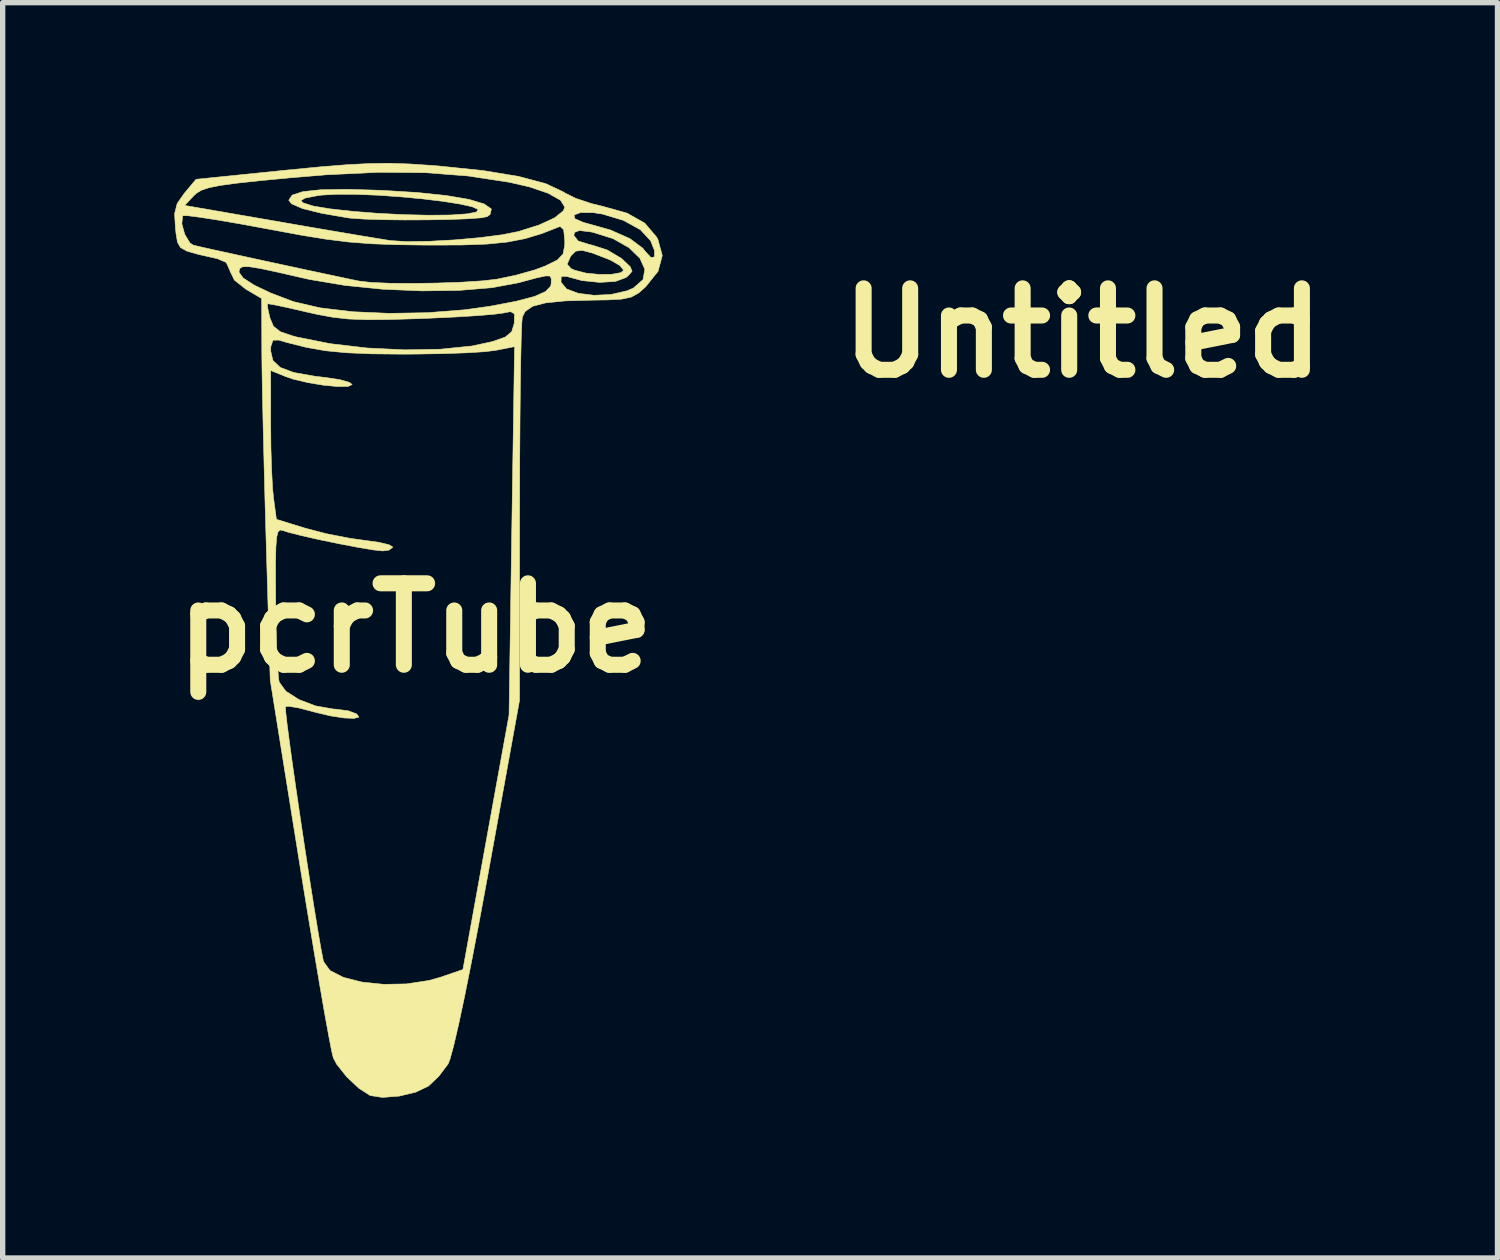
<source format=kicad_pcb>
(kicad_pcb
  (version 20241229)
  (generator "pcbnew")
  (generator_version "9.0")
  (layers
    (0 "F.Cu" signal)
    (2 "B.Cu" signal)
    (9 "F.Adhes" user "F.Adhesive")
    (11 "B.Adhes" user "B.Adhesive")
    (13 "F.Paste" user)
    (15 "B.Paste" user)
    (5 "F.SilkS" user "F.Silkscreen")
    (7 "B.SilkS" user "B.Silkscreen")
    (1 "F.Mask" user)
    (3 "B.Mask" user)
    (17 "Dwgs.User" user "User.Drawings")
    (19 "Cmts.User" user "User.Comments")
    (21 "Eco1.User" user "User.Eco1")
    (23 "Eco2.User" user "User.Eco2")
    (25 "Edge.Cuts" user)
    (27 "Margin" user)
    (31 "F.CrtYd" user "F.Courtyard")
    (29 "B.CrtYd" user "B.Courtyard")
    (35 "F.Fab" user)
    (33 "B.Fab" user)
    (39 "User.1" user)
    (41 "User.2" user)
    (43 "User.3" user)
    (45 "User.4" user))
  (footprint "Untitled"
    (layer "F.Cu")
    (at 17.21 3.18)
    (property "Reference" "Untitled" (at 0 0 0) (layer "F.SilkS") (effects (font (size 1.524 1.524) (thickness 0.3))))
    (attr through_hole)
    (fp_poly (pts (xy 0.198 -3.169) (xy 0.372 -3.155) (xy 0.502 -3.137) (xy 0.729 -3.092) (xy 0.949 -3.032) (xy 1.164 -2.956) (xy 1.371 -2.866) (xy 1.57 -2.762) (xy 1.761 -2.644) (xy 1.944 -2.513) (xy 2.116 -2.369) (xy 2.278 -2.213) (xy 2.429 -2.046) (xy 2.569 -1.868) (xy 2.696 -1.68) (xy 2.81 -1.481) (xy 2.911 -1.273) (xy 2.925 -1.24) (xy 3.007 -1.027) (xy 3.073 -0.809) (xy 3.122 -0.586) (xy 3.155 -0.359) (xy 3.172 -0.127) (xy 3.175 0) (xy 3.166 0.234) (xy 3.142 0.464) (xy 3.101 0.689) (xy 3.044 0.91) (xy 2.972 1.125) (xy 2.884 1.335) (xy 2.781 1.537) (xy 2.663 1.733) (xy 2.53 1.921) (xy 2.382 2.1) (xy 2.221 2.27) (xy 2.05 2.426) (xy 1.869 2.569) (xy 1.68 2.697) (xy 1.483 2.81) (xy 1.278 2.909) (xy 1.065 2.993) (xy 0.846 3.062) (xy 0.62 3.115) (xy 0.388 3.153) (xy 0.262 3.166) (xy 0.206 3.17) (xy 0.137 3.172) (xy 0.059 3.174) (xy -0.023 3.174) (xy -0.104 3.172) (xy -0.182 3.17) (xy -0.251 3.167) (xy -0.305 3.162) (xy -0.535 3.131) (xy -0.761 3.084) (xy -0.98 3.021) (xy -1.193 2.944) (xy -1.399 2.852) (xy -1.597 2.746) (xy -1.787 2.627) (xy -1.967 2.495) (xy -2.138 2.35) (xy -2.298 2.193) (xy -2.448 2.025) (xy -2.586 1.845) (xy -2.711 1.655) (xy -2.824 1.455) (xy -2.923 1.245) (xy -2.925 1.24) (xy -3.007 1.027) (xy -3.073 0.809) (xy -3.122 0.586) (xy -3.155 0.359) (xy -3.172 0.127) (xy -3.175 0) (xy -3.167 -0.235) (xy -3.142 -0.464) (xy -3.102 -0.689) (xy -3.084 -0.758) (xy -2.28 -0.758) (xy -2.28 -0.704) (xy -2.278 -0.663) (xy -2.275 -0.628) (xy -2.27 -0.597) (xy -2.262 -0.563) (xy -2.258 -0.549) (xy -2.219 -0.432) (xy -2.166 -0.325) (xy -2.1 -0.227) (xy -2.022 -0.139) (xy -1.933 -0.063) (xy -1.835 0.001) (xy -1.728 0.051) (xy -1.613 0.086) (xy -1.559 0.098) (xy -1.444 0.109) (xy -1.33 0.105) (xy -1.217 0.086) (xy -1.107 0.052) (xy -1.003 0.005) (xy -0.906 -0.055) (xy -0.818 -0.128) (xy -0.741 -0.211) (xy -0.703 -0.262) (xy -0.68 -0.299) (xy -0.655 -0.344) (xy -0.63 -0.391) (xy -0.61 -0.435) (xy -0.595 -0.472) (xy -0.593 -0.478) (xy -0.564 -0.547) (xy -0.523 -0.611) (xy -0.473 -0.666) (xy -0.417 -0.71) (xy -0.357 -0.74) (xy -0.354 -0.742) (xy -0.338 -0.746) (xy -0.308 -0.754) (xy -0.265 -0.765) (xy -0.211 -0.778) (xy -0.148 -0.793) (xy -0.078 -0.809) (xy -0.002 -0.827) (xy 0.051 -0.839) (xy 0.141 -0.86) (xy 0.215 -0.877) (xy 0.277 -0.891) (xy 0.328 -0.901) (xy 0.368 -0.909) (xy 0.4 -0.915) (xy 0.425 -0.919) (xy 0.446 -0.92) (xy 0.463 -0.921) (xy 0.476 -0.92) (xy 0.541 -0.909) (xy 0.599 -0.883) (xy 0.652 -0.841) (xy 0.669 -0.823) (xy 0.71 -0.771) (xy 0.738 -0.723) (xy 0.753 -0.673) (xy 0.758 -0.619) (xy 0.758 -0.618) (xy 0.758 -0.555) (xy 0.653 -0.339) (xy 0.616 -0.263) (xy 0.585 -0.201) (xy 0.559 -0.151) (xy 0.537 -0.11) (xy 0.517 -0.076) (xy 0.498 -0.048) (xy 0.48 -0.024) (xy 0.46 -0.001) (xy 0.443 0.018) (xy 0.374 0.08) (xy 0.296 0.129) (xy 0.207 0.167) (xy 0.112 0.194) (xy -0.02 0.231) (xy -0.144 0.281) (xy -0.258 0.345) (xy -0.362 0.421) (xy -0.455 0.51) (xy -0.536 0.609) (xy -0.604 0.719) (xy -0.611 0.733) (xy -0.666 0.857) (xy -0.705 0.982) (xy -0.728 1.108) (xy -0.736 1.233) (xy -0.728 1.356) (xy -0.706 1.476) (xy -0.669 1.591) (xy -0.618 1.702) (xy -0.553 1.806) (xy -0.476 1.902) (xy -0.385 1.99) (xy -0.281 2.068) (xy -0.173 2.131) (xy -0.068 2.179) (xy 0.034 2.215) (xy 0.139 2.238) (xy 0.19 2.246) (xy 0.234 2.25) (xy 0.289 2.251) (xy 0.348 2.249) (xy 0.406 2.246) (xy 0.456 2.24) (xy 0.457 2.24) (xy 0.587 2.212) (xy 0.71 2.169) (xy 0.825 2.111) (xy 0.934 2.037) (xy 1.035 1.948) (xy 1.038 1.944) (xy 1.126 1.845) (xy 1.199 1.738) (xy 1.258 1.625) (xy 1.301 1.508) (xy 1.33 1.386) (xy 1.343 1.263) (xy 1.342 1.138) (xy 1.324 1.014) (xy 1.292 0.891) (xy 1.244 0.771) (xy 1.18 0.655) (xy 1.157 0.621) (xy 1.096 0.52) (xy 1.051 0.419) (xy 1.023 0.318) (xy 1.011 0.216) (xy 1.015 0.111) (xy 1.016 0.105) (xy 1.021 0.076) (xy 1.029 0.035) (xy 1.041 -0.016) (xy 1.055 -0.073) (xy 1.071 -0.134) (xy 1.087 -0.195) (xy 1.104 -0.256) (xy 1.12 -0.312) (xy 1.135 -0.36) (xy 1.147 -0.399) (xy 1.157 -0.425) (xy 1.159 -0.431) (xy 1.186 -0.47) (xy 1.22 -0.501) (xy 1.266 -0.525) (xy 1.325 -0.543) (xy 1.339 -0.546) (xy 1.373 -0.556) (xy 1.416 -0.571) (xy 1.461 -0.59) (xy 1.49 -0.603) (xy 1.53 -0.623) (xy 1.562 -0.641) (xy 1.59 -0.662) (xy 1.619 -0.687) (xy 1.654 -0.721) (xy 1.656 -0.723) (xy 1.692 -0.76) (xy 1.718 -0.791) (xy 1.739 -0.82) (xy 1.758 -0.853) (xy 1.772 -0.881) (xy 1.802 -0.947) (xy 1.823 -1.007) (xy 1.836 -1.066) (xy 1.843 -1.133) (xy 1.843 -1.135) (xy 1.842 -1.219) (xy 1.828 -1.307) (xy 1.804 -1.39) (xy 1.767 -1.466) (xy 1.716 -1.54) (xy 1.654 -1.609) (xy 1.583 -1.67) (xy 1.506 -1.722) (xy 1.432 -1.758) (xy 1.371 -1.78) (xy 1.317 -1.794) (xy 1.263 -1.801) (xy 1.201 -1.802) (xy 1.177 -1.801) (xy 1.083 -1.792) (xy 0.999 -1.772) (xy 0.922 -1.739) (xy 0.849 -1.693) (xy 0.776 -1.631) (xy 0.758 -1.613) (xy 0.718 -1.571) (xy 0.688 -1.535) (xy 0.663 -1.499) (xy 0.644 -1.465) (xy 0.605 -1.397) (xy 0.566 -1.344) (xy 0.522 -1.303) (xy 0.473 -1.271) (xy 0.429 -1.251) (xy 0.411 -1.247) (xy 0.379 -1.241) (xy 0.334 -1.235) (xy 0.279 -1.227) (xy 0.215 -1.219) (xy 0.145 -1.211) (xy 0.071 -1.203) (xy -0.005 -1.195) (xy -0.081 -1.187) (xy -0.155 -1.18) (xy -0.224 -1.173) (xy -0.287 -1.168) (xy -0.341 -1.164) (xy -0.384 -1.161) (xy -0.415 -1.16) (xy -0.474 -1.163) (xy -0.526 -1.171) (xy -0.574 -1.186) (xy -0.62 -1.21) (xy -0.668 -1.244) (xy -0.72 -1.289) (xy -0.769 -1.337) (xy -0.839 -1.404) (xy -0.904 -1.459) (xy -0.967 -1.503) (xy -1.032 -1.54) (xy -1.102 -1.57) (xy -1.181 -1.596) (xy -1.183 -1.597) (xy -1.244 -1.611) (xy -1.316 -1.62) (xy -1.394 -1.625) (xy -1.47 -1.625) (xy -1.54 -1.619) (xy -1.576 -1.613) (xy -1.694 -1.581) (xy -1.805 -1.534) (xy -1.908 -1.471) (xy -2.002 -1.395) (xy -2.007 -1.391) (xy -2.091 -1.3) (xy -2.16 -1.201) (xy -2.215 -1.093) (xy -2.256 -0.975) (xy -2.258 -0.967) (xy -2.267 -0.931) (xy -2.273 -0.899) (xy -2.277 -0.866) (xy -2.279 -0.828) (xy -2.28 -0.779) (xy -2.28 -0.758) (xy -3.084 -0.758) (xy -3.045 -0.91) (xy -2.971 -1.125) (xy -2.925 -1.24) (xy -2.827 -1.45) (xy -2.714 -1.65) (xy -2.589 -1.84) (xy -2.452 -2.02) (xy -2.302 -2.188) (xy -2.142 -2.346) (xy -1.971 -2.491) (xy -1.79 -2.624) (xy -1.6 -2.744) (xy -1.402 -2.851) (xy -1.196 -2.943) (xy -0.983 -3.021) (xy -0.763 -3.084) (xy -0.538 -3.131) (xy -0.502 -3.137) (xy -0.336 -3.159) (xy -0.161 -3.171) (xy 0.019 -3.175) (xy 0.198 -3.169)) (stroke (width 0.01) (type solid)) (fill no) (layer "Eco2.User")))
  (footprint "pcrTube"
    (layer "F.Cu")
    (at 4.724 8.699)
    (property "Reference" "pcrTube" (at 0 0 0) (layer "F.SilkS") (effects (font (size 1.524 1.524) (thickness 0.3))))
    (attr through_hole)
    (fp_poly (pts (xy -0.642 -8.188) (xy 0.03 -8.147) (xy 0.581 -8.09) (xy 1.003 -8.018) (xy 1.285 -7.933) (xy 1.42 -7.839) (xy 1.397 -7.738) (xy 1.344 -7.696) (xy 1.226 -7.673) (xy 0.975 -7.655) (xy 0.63 -7.642) (xy 0.227 -7.635) (xy -0.196 -7.633) (xy -0.602 -7.638) (xy -0.954 -7.649) (xy -1.215 -7.667) (xy -1.27 -7.674) (xy -1.757 -7.758) (xy -2.111 -7.846) (xy -2.318 -7.935) (xy -2.365 -7.996) (xy -2.144 -7.996) (xy -2.104 -7.954) (xy -1.916 -7.894) (xy -1.597 -7.841) (xy -1.183 -7.795) (xy -0.714 -7.758) (xy -0.226 -7.733) (xy 0.243 -7.722) (xy 0.655 -7.726) (xy 0.972 -7.748) (xy 1.143 -7.783) (xy 1.174 -7.829) (xy 1.063 -7.88) (xy 0.835 -7.931) (xy 0.519 -7.981) (xy 0.14 -8.027) (xy -0.275 -8.066) (xy -0.699 -8.096) (xy -1.106 -8.112) (xy -1.468 -8.114) (xy -1.76 -8.098) (xy -1.829 -8.089) (xy -2.064 -8.043) (xy -2.144 -7.996) (xy -2.365 -7.996) (xy -2.371 -8.003) (xy -2.307 -8.098) (xy -2.109 -8.163) (xy -1.769 -8.199) (xy -1.279 -8.207) (xy -0.642 -8.188)) (stroke (width 0.01) (type solid)) (fill yes) (layer "F.SilkS"))
    (fp_poly (pts (xy -0.108 -8.681) (xy 0.312 -8.653) (xy 0.426 -8.644) (xy 1.262 -8.558) (xy 1.931 -8.448) (xy 2.434 -8.314) (xy 2.772 -8.156) (xy 2.794 -8.14) (xy 2.996 -8.039) (xy 3.288 -7.941) (xy 3.491 -7.892) (xy 3.959 -7.761) (xy 4.29 -7.574) (xy 4.51 -7.316) (xy 4.536 -7.269) (xy 4.618 -6.967) (xy 4.539 -6.672) (xy 4.305 -6.38) (xy 4.171 -6.263) (xy 4.037 -6.19) (xy 3.86 -6.152) (xy 3.592 -6.137) (xy 3.317 -6.133) (xy 2.804 -6.119) (xy 2.437 -6.082) (xy 2.194 -6.019) (xy 2.053 -5.922) (xy 1.999 -5.816) (xy 1.989 -5.693) (xy 1.979 -5.42) (xy 1.97 -5.015) (xy 1.962 -4.498) (xy 1.956 -3.887) (xy 1.951 -3.201) (xy 1.949 -2.46) (xy 1.948 -2.138) (xy 1.947 1.355) (xy 1.353 4.631) (xy 1.196 5.479) (xy 1.051 6.235) (xy 0.921 6.886) (xy 0.808 7.417) (xy 0.715 7.818) (xy 0.645 8.073) (xy 0.612 8.157) (xy 0.436 8.39) (xy 0.243 8.573) (xy 0.007 8.686) (xy -0.306 8.761) (xy -0.619 8.785) (xy -0.847 8.75) (xy -1.058 8.615) (xy -1.289 8.398) (xy -1.475 8.163) (xy -1.537 8.047) (xy -1.568 7.92) (xy -1.621 7.645) (xy -1.695 7.24) (xy -1.784 6.725) (xy -1.887 6.118) (xy -2 5.439) (xy -2.12 4.706) (xy -2.168 4.407) (xy -2.718 0.974) (xy -2.795 -1.651) (xy -2.815 -2.356) (xy -2.833 -3.055) (xy -2.849 -3.717) (xy -2.862 -4.31) (xy -2.871 -4.803) (xy -2.875 -5.164) (xy -2.875 -5.179) (xy -2.709 -5.179) (xy -2.668 -5.004) (xy -2.531 -4.874) (xy -2.277 -4.779) (xy -1.884 -4.709) (xy -1.672 -4.684) (xy -1.411 -4.644) (xy -1.234 -4.593) (xy -1.185 -4.554) (xy -1.26 -4.518) (xy -1.453 -4.516) (xy -1.719 -4.541) (xy -2.01 -4.589) (xy -2.282 -4.653) (xy -2.434 -4.705) (xy -2.709 -4.817) (xy -2.709 -3.817) (xy -2.705 -3.378) (xy -2.692 -2.959) (xy -2.674 -2.615) (xy -2.655 -2.425) (xy -2.602 -2.032) (xy -2.061 -1.865) (xy -1.665 -1.762) (xy -1.228 -1.677) (xy -0.972 -1.641) (xy -0.692 -1.603) (xy -0.495 -1.556) (xy -0.423 -1.512) (xy -0.495 -1.456) (xy -0.614 -1.44) (xy -0.788 -1.459) (xy -1.076 -1.507) (xy -1.43 -1.575) (xy -1.799 -1.651) (xy -2.134 -1.727) (xy -2.385 -1.791) (xy -2.477 -1.821) (xy -2.532 -1.832) (xy -2.571 -1.799) (xy -2.597 -1.698) (xy -2.612 -1.506) (xy -2.618 -1.201) (xy -2.617 -0.758) (xy -2.616 -0.538) (xy -2.61 -0.062) (xy -2.597 0.367) (xy -2.58 0.716) (xy -2.561 0.949) (xy -2.549 1.015) (xy -2.426 1.184) (xy -2.184 1.339) (xy -1.871 1.459) (xy -1.536 1.518) (xy -1.482 1.521) (xy -1.254 1.552) (xy -1.101 1.609) (xy -1.058 1.668) (xy -1.147 1.693) (xy -1.336 1.685) (xy -1.592 1.646) (xy -1.882 1.577) (xy -1.94 1.561) (xy -2.194 1.495) (xy -2.376 1.466) (xy -2.432 1.473) (xy -2.429 1.562) (xy -2.403 1.792) (xy -2.358 2.138) (xy -2.298 2.574) (xy -2.226 3.074) (xy -2.147 3.613) (xy -2.064 4.164) (xy -1.981 4.702) (xy -1.902 5.202) (xy -1.831 5.636) (xy -1.772 5.981) (xy -1.728 6.209) (xy -1.72 6.244) (xy -1.6 6.41) (xy -1.349 6.539) (xy -1.002 6.627) (xy -0.596 6.669) (xy -0.166 6.661) (xy 0.253 6.597) (xy 0.465 6.537) (xy 0.888 6.392) (xy 1.319 4.011) (xy 1.751 1.63) (xy 1.802 -1.816) (xy 1.854 -5.263) (xy 1.498 -5.193) (xy 1.29 -5.168) (xy 0.952 -5.147) (xy 0.523 -5.132) (xy 0.041 -5.124) (xy -0.212 -5.122) (xy -0.812 -5.128) (xy -1.288 -5.148) (xy -1.683 -5.186) (xy -2.041 -5.249) (xy -2.407 -5.341) (xy -2.561 -5.386) (xy -2.667 -5.383) (xy -2.707 -5.263) (xy -2.709 -5.179) (xy -2.875 -5.179) (xy -2.875 -5.22) (xy -2.878 -6.064) (xy -2.77 -6.064) (xy -2.764 -5.979) (xy -2.723 -5.8) (xy -2.723 -5.799) (xy -2.657 -5.644) (xy -2.53 -5.543) (xy -2.295 -5.463) (xy -2.225 -5.444) (xy -1.598 -5.319) (xy -0.909 -5.238) (xy -0.206 -5.203) (xy 0.465 -5.215) (xy 1.058 -5.275) (xy 1.439 -5.357) (xy 1.68 -5.442) (xy 1.8 -5.542) (xy 1.847 -5.695) (xy 1.848 -5.708) (xy 1.853 -5.875) (xy 1.781 -5.918) (xy 1.637 -5.891) (xy 1.471 -5.869) (xy 1.172 -5.844) (xy 0.774 -5.819) (xy 0.313 -5.797) (xy 0.042 -5.786) (xy -0.503 -5.77) (xy -0.922 -5.767) (xy -1.254 -5.78) (xy -1.542 -5.812) (xy -1.826 -5.864) (xy -2.032 -5.91) (xy -2.356 -5.985) (xy -2.608 -6.039) (xy -2.752 -6.064) (xy -2.77 -6.064) (xy -2.878 -6.064) (xy -2.879 -6.164) (xy -3.175 -6.339) (xy -3.389 -6.509) (xy -3.46 -6.656) (xy -3.302 -6.656) (xy -3.226 -6.549) (xy -3.016 -6.413) (xy -2.705 -6.265) (xy -2.323 -6.12) (xy -2.263 -6.1) (xy -1.78 -5.988) (xy -1.176 -5.916) (xy -0.494 -5.886) (xy 0.221 -5.898) (xy 0.926 -5.953) (xy 1.397 -6.019) (xy 1.889 -6.113) (xy 2.23 -6.203) (xy 2.438 -6.296) (xy 2.531 -6.397) (xy 2.54 -6.448) (xy 2.54 -6.469) (xy 2.723 -6.469) (xy 2.826 -6.343) (xy 3.047 -6.26) (xy 3.341 -6.224) (xy 3.66 -6.239) (xy 3.96 -6.308) (xy 4.079 -6.36) (xy 4.258 -6.518) (xy 4.292 -6.711) (xy 4.199 -6.917) (xy 3.995 -7.115) (xy 3.697 -7.284) (xy 3.32 -7.402) (xy 3.278 -7.41) (xy 3.066 -7.436) (xy 2.976 -7.4) (xy 2.963 -7.344) (xy 3.044 -7.24) (xy 3.277 -7.168) (xy 3.298 -7.165) (xy 3.586 -7.073) (xy 3.846 -6.919) (xy 3.869 -6.9) (xy 4.019 -6.758) (xy 4.053 -6.672) (xy 3.98 -6.59) (xy 3.937 -6.555) (xy 3.741 -6.483) (xy 3.447 -6.465) (xy 3.116 -6.499) (xy 2.827 -6.577) (xy 2.727 -6.578) (xy 2.723 -6.469) (xy 2.54 -6.469) (xy 2.54 -6.538) (xy 2.516 -6.584) (xy 2.433 -6.586) (xy 2.257 -6.547) (xy 1.954 -6.465) (xy 1.933 -6.459) (xy 1.432 -6.366) (xy 0.812 -6.315) (xy 0.117 -6.306) (xy -0.609 -6.337) (xy -1.322 -6.409) (xy -1.978 -6.519) (xy -2.108 -6.548) (xy -2.574 -6.655) (xy -2.901 -6.725) (xy -3.112 -6.758) (xy -3.233 -6.758) (xy -3.288 -6.726) (xy -3.302 -6.666) (xy -3.302 -6.656) (xy -3.46 -6.656) (xy -3.471 -6.679) (xy -3.471 -6.684) (xy -3.54 -6.837) (xy -3.704 -6.908) (xy -4.054 -6.987) (xy -4.274 -7.049) (xy -4.396 -7.117) (xy -4.453 -7.216) (xy -4.479 -7.369) (xy -4.491 -7.479) (xy -4.496 -7.561) (xy -4.372 -7.561) (xy -4.317 -7.364) (xy -4.221 -7.205) (xy -4.16 -7.163) (xy -4.043 -7.135) (xy -3.79 -7.078) (xy -3.432 -7) (xy -2.999 -6.905) (xy -2.522 -6.802) (xy -2.031 -6.696) (xy -1.555 -6.595) (xy -1.126 -6.504) (xy -1.058 -6.49) (xy -0.829 -6.464) (xy -0.477 -6.449) (xy -0.047 -6.446) (xy 0.415 -6.453) (xy 0.864 -6.469) (xy 1.254 -6.494) (xy 1.523 -6.525) (xy 1.881 -6.6) (xy 2.232 -6.699) (xy 2.434 -6.774) (xy 2.493 -6.804) (xy 2.838 -6.804) (xy 2.912 -6.723) (xy 2.983 -6.692) (xy 3.189 -6.639) (xy 3.439 -6.614) (xy 3.675 -6.617) (xy 3.845 -6.648) (xy 3.895 -6.693) (xy 3.824 -6.781) (xy 3.651 -6.881) (xy 3.619 -6.895) (xy 3.311 -7.014) (xy 3.117 -7.065) (xy 2.998 -7.049) (xy 2.916 -6.97) (xy 2.897 -6.94) (xy 2.838 -6.804) (xy 2.493 -6.804) (xy 2.656 -6.885) (xy 2.762 -6.997) (xy 2.793 -7.162) (xy 2.794 -7.241) (xy 2.773 -7.452) (xy 2.707 -7.511) (xy 2.688 -7.505) (xy 2.357 -7.376) (xy 2.047 -7.283) (xy 1.72 -7.22) (xy 1.341 -7.182) (xy 0.87 -7.165) (xy 0.27 -7.163) (xy 0.212 -7.163) (xy -0.35 -7.17) (xy -0.814 -7.187) (xy -1.233 -7.219) (xy -1.657 -7.271) (xy -2.14 -7.349) (xy -2.732 -7.459) (xy -2.776 -7.467) (xy -3.265 -7.557) (xy -3.694 -7.631) (xy -4.037 -7.684) (xy -4.266 -7.713) (xy -4.356 -7.712) (xy -4.356 -7.712) (xy -4.372 -7.561) (xy -4.496 -7.561) (xy -4.507 -7.751) (xy -4.468 -7.905) (xy -4.319 -7.905) (xy -2.519 -7.594) (xy -1.972 -7.499) (xy -1.467 -7.413) (xy -1.034 -7.34) (xy -0.702 -7.285) (xy -0.498 -7.252) (xy -0.466 -7.247) (xy -0.162 -7.228) (xy 0.253 -7.234) (xy 0.726 -7.26) (xy 1.201 -7.302) (xy 1.624 -7.357) (xy 1.922 -7.416) (xy 2.313 -7.539) (xy 2.603 -7.673) (xy 2.67 -7.726) (xy 2.968 -7.726) (xy 2.982 -7.657) (xy 3.144 -7.586) (xy 3.196 -7.573) (xy 3.648 -7.446) (xy 4.013 -7.284) (xy 4.255 -7.103) (xy 4.296 -7.05) (xy 4.409 -6.928) (xy 4.472 -6.943) (xy 4.471 -7.064) (xy 4.4 -7.244) (xy 4.208 -7.451) (xy 3.892 -7.625) (xy 3.501 -7.743) (xy 3.327 -7.77) (xy 3.088 -7.772) (xy 2.968 -7.726) (xy 2.67 -7.726) (xy 2.767 -7.805) (xy 2.794 -7.874) (xy 2.713 -8.003) (xy 2.483 -8.133) (xy 2.126 -8.254) (xy 1.748 -8.34) (xy 0.986 -8.456) (xy 0.183 -8.518) (xy -0.693 -8.525) (xy -1.676 -8.478) (xy -2.347 -8.422) (xy -2.919 -8.367) (xy -3.346 -8.321) (xy -3.653 -8.279) (xy -3.864 -8.237) (xy -4.005 -8.19) (xy -4.098 -8.133) (xy -4.147 -8.088) (xy -4.319 -7.905) (xy -4.468 -7.905) (xy -4.459 -7.941) (xy -4.326 -8.132) (xy -4.322 -8.136) (xy -4.106 -8.394) (xy -2.413 -8.566) (xy -1.784 -8.627) (xy -1.282 -8.667) (xy -0.863 -8.689) (xy -0.486 -8.694) (xy -0.108 -8.681)) (stroke (width 0.01) (type solid)) (fill yes) (layer "F.SilkS")))
  (gr_rect
    (start -3 -3)
    (end 24.97 20.489)
    (stroke (width 0.1) (type default))
    (fill no)
    (layer "Edge.Cuts")))
</source>
